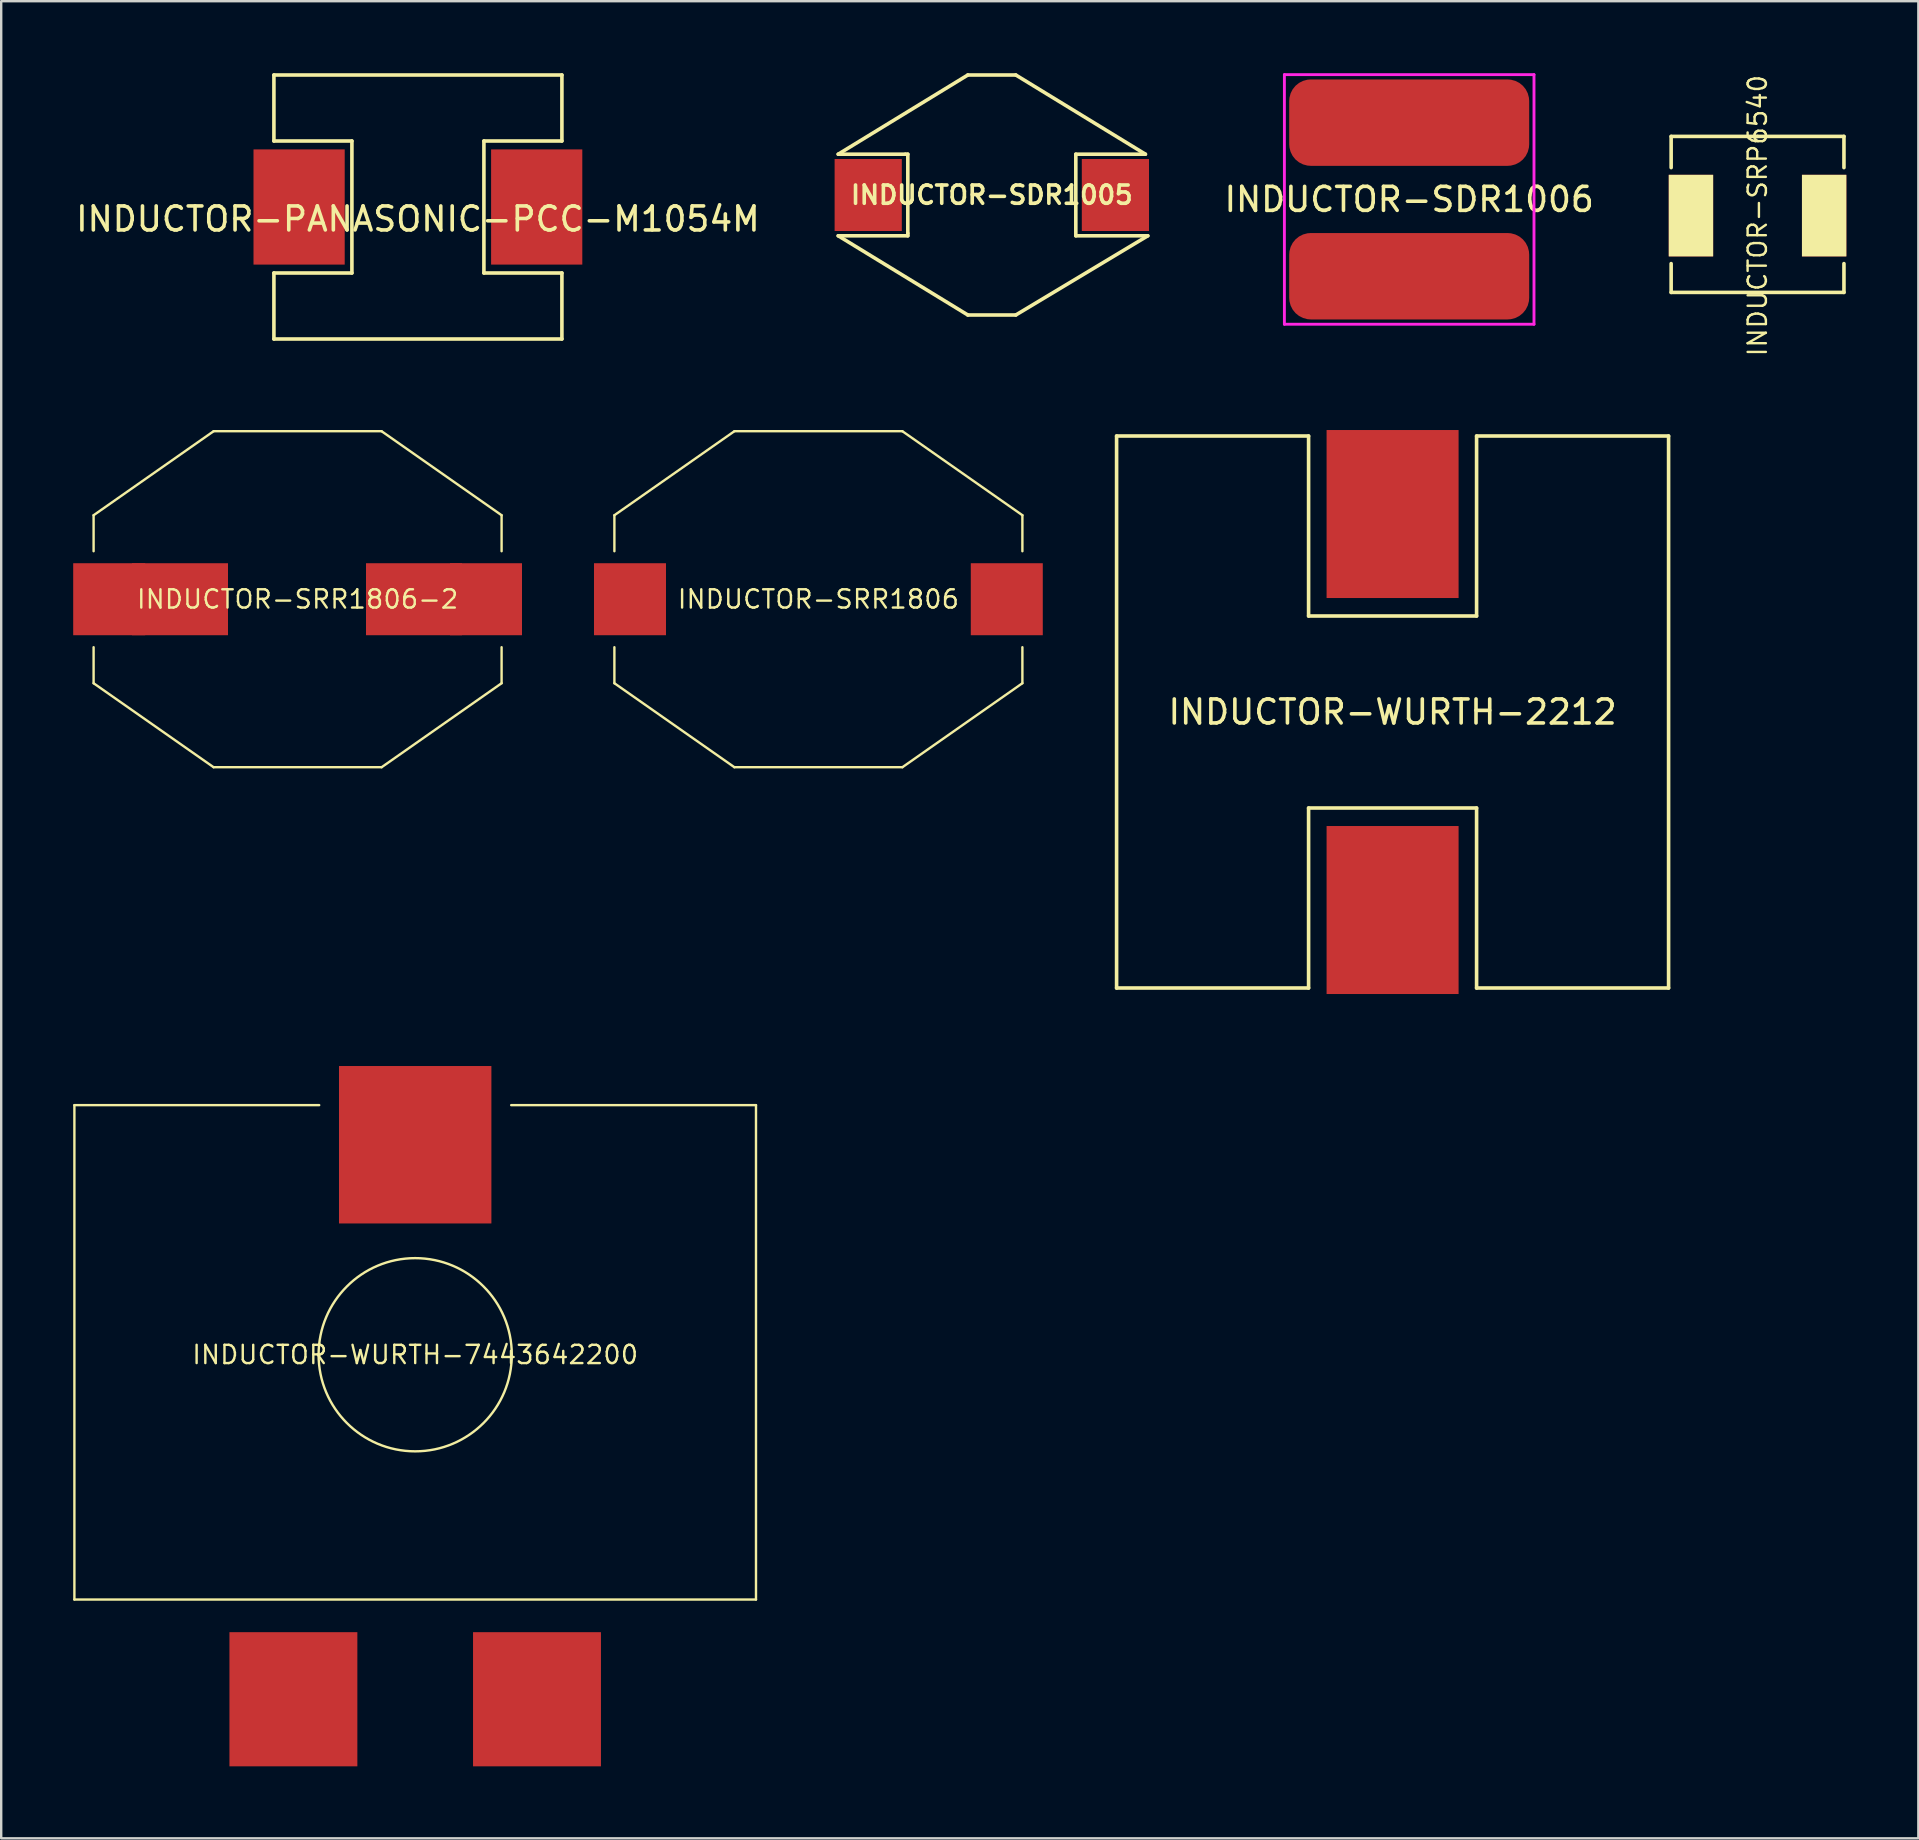
<source format=kicad_pcb>
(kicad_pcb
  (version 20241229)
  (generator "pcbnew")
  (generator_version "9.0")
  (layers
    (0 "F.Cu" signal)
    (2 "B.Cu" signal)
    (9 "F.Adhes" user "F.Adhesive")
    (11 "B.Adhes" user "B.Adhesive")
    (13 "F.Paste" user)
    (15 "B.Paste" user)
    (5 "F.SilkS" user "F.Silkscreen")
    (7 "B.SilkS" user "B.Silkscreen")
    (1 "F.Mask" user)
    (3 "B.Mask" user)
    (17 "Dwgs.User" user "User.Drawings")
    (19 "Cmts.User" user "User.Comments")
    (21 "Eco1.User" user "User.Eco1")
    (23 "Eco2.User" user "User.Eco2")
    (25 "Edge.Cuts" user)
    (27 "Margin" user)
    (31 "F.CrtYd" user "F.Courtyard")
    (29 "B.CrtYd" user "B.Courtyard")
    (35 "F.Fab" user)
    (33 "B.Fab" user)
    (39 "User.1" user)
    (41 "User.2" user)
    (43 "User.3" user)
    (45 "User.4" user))
  (footprint "INDUCTOR-PANASONIC-PCC-M1054M"
    (layer "F.Cu")
    (at 14.363 5.575)
    (property "Reference" "INDUCTOR-PANASONIC-PCC-M1054M" (at 0 0.5 0) (layer "F.SilkS") (effects (font (size 1 1) (thickness 0.15))))
    (attr through_hole)
    (fp_line (start -6 -5.5) (end 6 -5.5) (stroke (width 0.15) (type solid)) (layer "F.SilkS"))
    (fp_line (start -6 -2.75) (end -6 -5.5) (stroke (width 0.15) (type solid)) (layer "F.SilkS"))
    (fp_line (start -6 2.75) (end -2.75 2.75) (stroke (width 0.15) (type solid)) (layer "F.SilkS"))
    (fp_line (start -6 5.5) (end -6 2.75) (stroke (width 0.15) (type solid)) (layer "F.SilkS"))
    (fp_line (start -2.75 -2.75) (end -6 -2.75) (stroke (width 0.15) (type solid)) (layer "F.SilkS"))
    (fp_line (start -2.75 2.75) (end -2.75 -2.75) (stroke (width 0.15) (type solid)) (layer "F.SilkS"))
    (fp_line (start 2.75 -2.75) (end 2.75 2.75) (stroke (width 0.15) (type solid)) (layer "F.SilkS"))
    (fp_line (start 2.75 2.75) (end 6 2.75) (stroke (width 0.15) (type solid)) (layer "F.SilkS"))
    (fp_line (start 6 -5.5) (end 6 -2.75) (stroke (width 0.15) (type solid)) (layer "F.SilkS"))
    (fp_line (start 6 -2.75) (end 2.75 -2.75) (stroke (width 0.15) (type solid)) (layer "F.SilkS"))
    (fp_line (start 6 2.75) (end 6 5.5) (stroke (width 0.15) (type solid)) (layer "F.SilkS"))
    (fp_line (start 6 5.5) (end -6 5.5) (stroke (width 0.15) (type solid)) (layer "F.SilkS"))
    (pad "1" smd rect (at -4.95 0) (size 3.8 4.8) (layers "F.Cu" "F.Mask" "F.Paste"))
    (pad "2" smd rect (at 4.95 0) (size 3.8 4.8) (layers "F.Cu" "F.Mask" "F.Paste")))
  (footprint "INDUCTOR-SDR1005"
    (layer "F.Cu")
    (at 38.276 5.075)
    (property "Reference" "INDUCTOR-SDR1005" (at 0 0 0) (layer "F.SilkS") (effects (font (size 0.762 0.762) (thickness 0.15))))
    (attr through_hole)
    (fp_line (start -6.4 -1.7) (end -3.6 -1.7) (stroke (width 0.15) (type solid)) (layer "F.SilkS"))
    (fp_line (start -6.4 -1.7) (end -1 -5) (stroke (width 0.15) (type solid)) (layer "F.SilkS"))
    (fp_line (start -6.4 1.7) (end -1 5) (stroke (width 0.15) (type solid)) (layer "F.SilkS"))
    (fp_line (start -3.6 -1.7) (end -3.5 -1.7) (stroke (width 0.15) (type solid)) (layer "F.SilkS"))
    (fp_line (start -3.5 -1.7) (end -3.5 1.6) (stroke (width 0.15) (type solid)) (layer "F.SilkS"))
    (fp_line (start -3.5 1.6) (end -3.5 1.7) (stroke (width 0.15) (type solid)) (layer "F.SilkS"))
    (fp_line (start -3.5 1.7) (end -6.4 1.7) (stroke (width 0.15) (type solid)) (layer "F.SilkS"))
    (fp_line (start -1 -5) (end 1 -5) (stroke (width 0.15) (type solid)) (layer "F.SilkS"))
    (fp_line (start -1 5) (end 1 5) (stroke (width 0.15) (type solid)) (layer "F.SilkS"))
    (fp_line (start 1 -5) (end 6.4 -1.7) (stroke (width 0.15) (type solid)) (layer "F.SilkS"))
    (fp_line (start 3.5 -1.7) (end 6.4 -1.7) (stroke (width 0.15) (type solid)) (layer "F.SilkS"))
    (fp_line (start 3.5 1.7) (end 3.5 -1.7) (stroke (width 0.15) (type solid)) (layer "F.SilkS"))
    (fp_line (start 6.5 1.7) (end 1 5) (stroke (width 0.15) (type solid)) (layer "F.SilkS"))
    (fp_line (start 6.5 1.7) (end 3.5 1.7) (stroke (width 0.15) (type solid)) (layer "F.SilkS"))
    (pad "1" smd rect (at -5.15 0) (size 2.8 3) (layers "F.Cu" "F.Mask" "F.Paste"))
    (pad "2" smd rect (at 5.15 0) (size 2.8 3) (layers "F.Cu" "F.Mask" "F.Paste")))
  (footprint "INDUCTOR-SDR1006"
    (layer "F.Cu")
    (at 55.667 5.26)
    (property "Reference" "INDUCTOR-SDR1006" (at 0 0 0) (layer "F.SilkS") (effects (font (size 1 1) (thickness 0.15))))
    (attr through_hole)
    (fp_line (start -5.2 -5.2) (end 5.2 -5.2) (stroke (width 0.12) (type solid)) (layer "F.CrtYd"))
    (fp_line (start -5.2 5.2) (end -5.2 -5.2) (stroke (width 0.12) (type solid)) (layer "F.CrtYd"))
    (fp_line (start 5.2 -5.2) (end 5.2 5.2) (stroke (width 0.12) (type solid)) (layer "F.CrtYd"))
    (fp_line (start 5.2 5.2) (end -5.2 5.2) (stroke (width 0.12) (type solid)) (layer "F.CrtYd"))
    (pad "1" smd roundrect (at 0 -3.2) (size 10 3.6) (layers "F.Cu" "F.Mask" "F.Paste") (roundrect_rratio 0.25))
    (pad "2" smd roundrect (at 0 3.2) (size 10 3.6) (layers "F.Cu" "F.Mask" "F.Paste") (roundrect_rratio 0.25)))
  (footprint "INDUCTOR-WURTH-7443642200"
    (layer "F.Cu")
    (at 14.25 53.398)
    (property "Reference" "INDUCTOR-WURTH-7443642200" (at 0 0 0) (layer "F.SilkS") (effects (font (size 0.762 0.762) (thickness 0.1))))
    (attr through_hole)
    (fp_line (start -14.2 -10.4) (end -14.2 10.2) (stroke (width 0.1) (type solid)) (layer "F.SilkS"))
    (fp_line (start -14.2 10.2) (end 14.2 10.2) (stroke (width 0.1) (type solid)) (layer "F.SilkS"))
    (fp_line (start -4 -10.4) (end -14.2 -10.4) (stroke (width 0.1) (type solid)) (layer "F.SilkS"))
    (fp_line (start 4 -10.4) (end 14.2 -10.4) (stroke (width 0.1) (type solid)) (layer "F.SilkS"))
    (fp_line (start 14.2 -10.4) (end 14.2 10.2) (stroke (width 0.1) (type solid)) (layer "F.SilkS"))
    (fp_circle (center 0 0) (end 3.6 1.8) (stroke (width 0.1) (type solid)) (fill no) (layer "F.SilkS"))
    (pad "" smd rect (at 0 -8.75) (size 6.35 6.56) (layers "F.Cu" "F.Mask" "F.Paste"))
    (pad "1" smd rect (at -5.075 14.355) (size 5.33 5.59) (layers "F.Cu" "F.Mask" "F.Paste"))
    (pad "2" smd rect (at 5.075 14.355) (size 5.33 5.59) (layers "F.Cu" "F.Mask" "F.Paste")))
  (footprint "INDUCTOR-SRP6540"
    (layer "F.Cu")
    (at 70.182 5.934)
    (property "Reference" "INDUCTOR-SRP6540" (at 0 0 90) (layer "F.SilkS") (effects (font (size 0.762 0.762) (thickness 0.1))))
    (attr through_hole)
    (fp_line (start -3.6 -2) (end -3.6 -3.3) (stroke (width 0.15) (type solid)) (layer "F.SilkS"))
    (fp_line (start -3.6 2) (end -3.6 3.2) (stroke (width 0.15) (type solid)) (layer "F.SilkS"))
    (fp_line (start -3.6 3.2) (end 3.6 3.2) (stroke (width 0.15) (type solid)) (layer "F.SilkS"))
    (fp_line (start 0 -3.3) (end -3.6 -3.3) (stroke (width 0.15) (type solid)) (layer "F.SilkS"))
    (fp_line (start 3.6 -3.3) (end 0 -3.3) (stroke (width 0.15) (type solid)) (layer "F.SilkS"))
    (fp_line (start 3.6 -2) (end 3.6 -3.3) (stroke (width 0.15) (type solid)) (layer "F.SilkS"))
    (fp_line (start 3.6 2) (end 3.6 3.2) (stroke (width 0.15) (type solid)) (layer "F.SilkS"))
    (pad "1" smd rect (at -2.775 0) (size 1.85 3.4) (layers "F.Cu" "F.Mask" "F.SilkS" "F.Paste"))
    (pad "2" smd rect (at 2.775 0) (size 1.85 3.4) (layers "F.Cu" "F.Mask" "F.SilkS" "F.Paste")))
  (footprint "INDUCTOR-WURTH-2212"
    (layer "F.Cu")
    (at 54.975 26.618)
    (property "Reference" "INDUCTOR-WURTH-2212" (at 0 0 0) (layer "F.SilkS") (effects (font (size 1 1) (thickness 0.15))))
    (attr through_hole)
    (fp_line (start -11.5 -11.5) (end -3.5 -11.5) (stroke (width 0.15) (type solid)) (layer "F.SilkS"))
    (fp_line (start -11.5 11.5) (end -11.5 -11.5) (stroke (width 0.15) (type solid)) (layer "F.SilkS"))
    (fp_line (start -3.5 -11.5) (end -3.5 -4) (stroke (width 0.15) (type solid)) (layer "F.SilkS"))
    (fp_line (start -3.5 -4) (end 3.5 -4) (stroke (width 0.15) (type solid)) (layer "F.SilkS"))
    (fp_line (start -3.5 4) (end -3.5 11.5) (stroke (width 0.15) (type solid)) (layer "F.SilkS"))
    (fp_line (start -3.5 11.5) (end -11.5 11.5) (stroke (width 0.15) (type solid)) (layer "F.SilkS"))
    (fp_line (start 3.5 -11.5) (end 11.5 -11.5) (stroke (width 0.15) (type solid)) (layer "F.SilkS"))
    (fp_line (start 3.5 -4) (end 3.5 -11.5) (stroke (width 0.15) (type solid)) (layer "F.SilkS"))
    (fp_line (start 3.5 4) (end -3.5 4) (stroke (width 0.15) (type solid)) (layer "F.SilkS"))
    (fp_line (start 3.5 11.5) (end 3.5 4) (stroke (width 0.15) (type solid)) (layer "F.SilkS"))
    (fp_line (start 11.5 -11.5) (end 11.5 11.5) (stroke (width 0.15) (type solid)) (layer "F.SilkS"))
    (fp_line (start 11.5 11.5) (end 3.5 11.5) (stroke (width 0.15) (type solid)) (layer "F.SilkS"))
    (pad "1" smd rect (at 0 -8.25) (size 5.5 7) (layers "F.Cu" "F.Mask" "F.Paste"))
    (pad "2" smd rect (at 0 8.25) (size 5.5 7) (layers "F.Cu" "F.Mask" "F.Paste")))
  (footprint "INDUCTOR-SRR1806"
    (layer "F.Cu")
    (at 31.05 21.918)
    (property "Reference" "INDUCTOR-SRR1806" (at 0 0 0) (layer "F.SilkS") (effects (font (size 0.762 0.762) (thickness 0.1))))
    (attr through_hole)
    (fp_line (start -8.5 -3.5) (end -3.5 -7) (stroke (width 0.1) (type solid)) (layer "F.SilkS"))
    (fp_line (start -8.5 -2) (end -8.5 -3.5) (stroke (width 0.1) (type solid)) (layer "F.SilkS"))
    (fp_line (start -8.5 2) (end -8.5 3.5) (stroke (width 0.1) (type solid)) (layer "F.SilkS"))
    (fp_line (start -8.5 3.5) (end -3.5 7) (stroke (width 0.1) (type solid)) (layer "F.SilkS"))
    (fp_line (start -3.5 -7) (end 3.5 -7) (stroke (width 0.1) (type solid)) (layer "F.SilkS"))
    (fp_line (start -3.5 7) (end 3.5 7) (stroke (width 0.1) (type solid)) (layer "F.SilkS"))
    (fp_line (start 3.5 -7) (end 8.5 -3.5) (stroke (width 0.1) (type solid)) (layer "F.SilkS"))
    (fp_line (start 3.5 7) (end 8.5 3.5) (stroke (width 0.1) (type solid)) (layer "F.SilkS"))
    (fp_line (start 8.5 -3.5) (end 8.5 -2) (stroke (width 0.1) (type solid)) (layer "F.SilkS"))
    (fp_line (start 8.5 2) (end 8.5 3.5) (stroke (width 0.1) (type solid)) (layer "F.SilkS"))
    (pad "1" smd rect (at -7.85 0) (size 3 3) (layers "F.Cu" "F.Mask" "F.Paste"))
    (pad "2" smd rect (at 7.85 0) (size 3 3) (layers "F.Cu" "F.Mask" "F.Paste")))
  (footprint "INDUCTOR-SRR1806-2"
    (layer "F.Cu")
    (at 9.35 21.918)
    (property "Reference" "INDUCTOR-SRR1806-2" (at 0 0 0) (layer "F.SilkS") (effects (font (size 0.762 0.762) (thickness 0.1))))
    (attr through_hole)
    (fp_line (start -8.5 -3.5) (end -3.5 -7) (stroke (width 0.1) (type solid)) (layer "F.SilkS"))
    (fp_line (start -8.5 -2) (end -8.5 -3.5) (stroke (width 0.1) (type solid)) (layer "F.SilkS"))
    (fp_line (start -8.5 2) (end -8.5 3.5) (stroke (width 0.1) (type solid)) (layer "F.SilkS"))
    (fp_line (start -8.5 3.5) (end -3.5 7) (stroke (width 0.1) (type solid)) (layer "F.SilkS"))
    (fp_line (start -3.5 -7) (end 3.5 -7) (stroke (width 0.1) (type solid)) (layer "F.SilkS"))
    (fp_line (start -3.5 7) (end 3.5 7) (stroke (width 0.1) (type solid)) (layer "F.SilkS"))
    (fp_line (start 3.5 -7) (end 8.5 -3.5) (stroke (width 0.1) (type solid)) (layer "F.SilkS"))
    (fp_line (start 3.5 7) (end 8.5 3.5) (stroke (width 0.1) (type solid)) (layer "F.SilkS"))
    (fp_line (start 8.5 -3.5) (end 8.5 -2) (stroke (width 0.1) (type solid)) (layer "F.SilkS"))
    (fp_line (start 8.5 2) (end 8.5 3.5) (stroke (width 0.1) (type solid)) (layer "F.SilkS"))
    (pad "1" smd rect (at -7.85 0) (size 3 3) (layers "F.Cu" "F.Mask" "F.Paste"))
    (pad "1" smd rect (at -4.9 0) (size 4 3) (layers "F.Cu" "F.Mask" "F.Paste"))
    (pad "2" smd rect (at 4.85 0) (size 4 3) (layers "F.Cu" "F.Mask" "F.Paste"))
    (pad "2" smd rect (at 7.85 0) (size 3 3) (layers "F.Cu" "F.Mask" "F.Paste")))
  (gr_rect
    (start -3 -3)
    (end 76.882 73.548)
    (stroke (width 0.1) (type default))
    (fill no)
    (layer "Edge.Cuts")))
</source>
